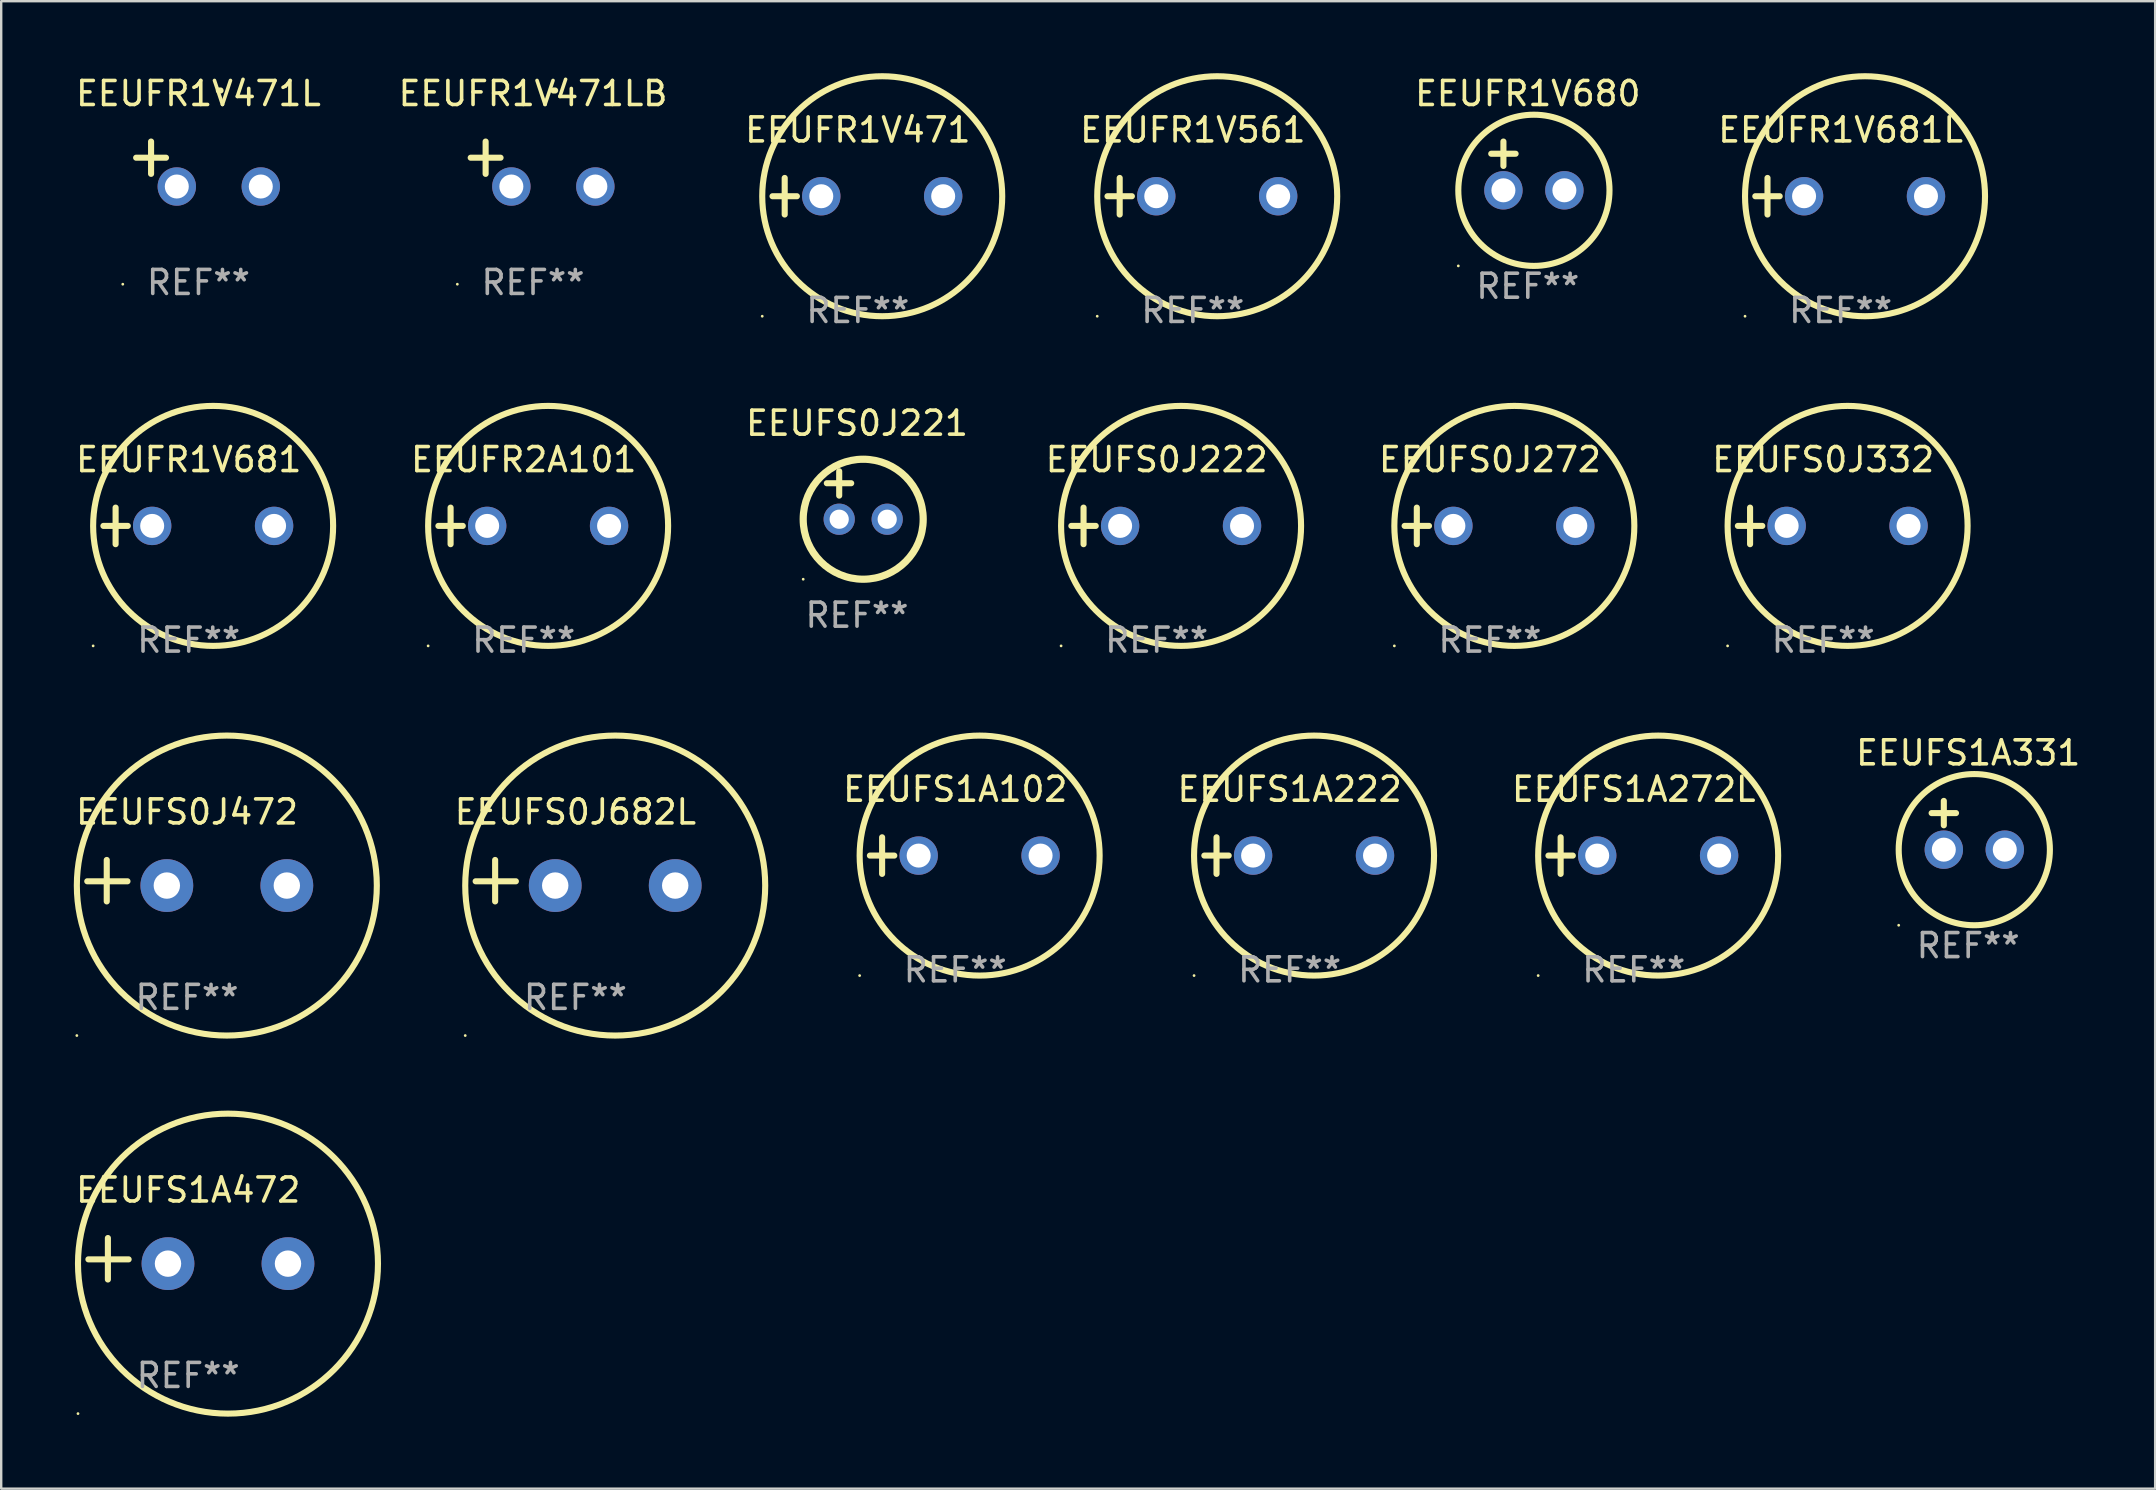
<source format=kicad_pcb>
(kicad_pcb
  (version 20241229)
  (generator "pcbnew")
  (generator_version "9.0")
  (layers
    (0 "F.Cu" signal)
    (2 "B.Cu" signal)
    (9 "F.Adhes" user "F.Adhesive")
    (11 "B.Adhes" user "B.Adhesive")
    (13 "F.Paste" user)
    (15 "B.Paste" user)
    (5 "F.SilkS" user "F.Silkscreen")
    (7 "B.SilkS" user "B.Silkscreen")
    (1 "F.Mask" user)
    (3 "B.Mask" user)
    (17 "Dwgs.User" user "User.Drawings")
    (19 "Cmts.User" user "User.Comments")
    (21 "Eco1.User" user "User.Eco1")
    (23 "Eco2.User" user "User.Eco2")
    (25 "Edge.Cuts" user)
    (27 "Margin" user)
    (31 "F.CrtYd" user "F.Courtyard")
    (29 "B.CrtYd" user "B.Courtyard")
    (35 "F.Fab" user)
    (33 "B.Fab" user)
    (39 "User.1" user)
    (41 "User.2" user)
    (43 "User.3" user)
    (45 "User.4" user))
  (footprint "EEUFS0J682L"
    (layer "F.Cu")
    (at 20.928 33.648)
    (property "Reference" "EEUFS0J682L" (at 0 -2.864 0) (layer "F.SilkS") (effects (font (size 1 1) (thickness 0.15))))
    (attr through_hole)
    (fp_line (start -3.346 0.864) (end -3.346 -0.864) (stroke (width 0.254) (type solid)) (layer "F.SilkS"))
    (fp_line (start -2.482 0.025) (end -4.158 0.025) (stroke (width 0.254) (type solid)) (layer "F.SilkS"))
    (fp_circle (center -4.592 6.453) (end -4.562 6.453) (stroke (width 0.06) (type solid)) (fill no) (layer "F.SilkS"))
    (fp_circle (center 1.658 0.203) (end 7.908 0.203) (stroke (width 0.254) (type solid)) (fill no) (layer "F.SilkS"))
    (fp_text user "REF**" (at 0 4.864 0) (layer "F.Fab") (effects (font (size 1 1) (thickness 0.15))))
    (pad "1" thru_hole circle (at -0.842 0.203) (size 2.2 2.2) (drill 1.1) (layers "*.Cu" "*.Mask"))
    (pad "2" thru_hole circle (at 4.158 0.203) (size 2.2 2.2) (drill 1.1) (layers "*.Cu" "*.Mask")))
  (footprint "EEUFR1V471"
    (layer "F.Cu")
    (at 32.696 5.127)
    (property "Reference" "EEUFR1V471" (at 0 -2.762 0) (layer "F.SilkS") (effects (font (size 1 1) (thickness 0.15))))
    (attr through_hole)
    (fp_line (start -3.556 0) (end -2.54 0) (stroke (width 0.254) (type solid)) (layer "F.SilkS"))
    (fp_line (start -3.048 -0.762) (end -3.048 0.762) (stroke (width 0.254) (type solid)) (layer "F.SilkS"))
    (fp_circle (center -3.984 5) (end -3.954 5) (stroke (width 0.06) (type solid)) (fill no) (layer "F.SilkS"))
    (fp_circle (center 1.016 0) (end 6.016 0) (stroke (width 0.254) (type solid)) (fill no) (layer "F.SilkS"))
    (fp_text user "REF**" (at 0 4.762 0) (layer "F.Fab") (effects (font (size 1 1) (thickness 0.15))))
    (pad "1" thru_hole circle (at -1.524 0) (size 1.6 1.6) (drill 1) (layers "*.Cu" "*.Mask"))
    (pad "2" thru_hole circle (at 3.556 0) (size 1.6 1.6) (drill 1) (layers "*.Cu" "*.Mask")))
  (footprint "EEUFR1V471LB"
    (layer "F.Cu")
    (at 19.161 3.785)
    (property "Reference" "EEUFR1V471LB" (at 0 -2.937 0) (layer "F.SilkS") (effects (font (size 1 1) (thickness 0.15))))
    (attr through_hole)
    (fp_line (start -1.975 0.41) (end -1.975 -0.937) (stroke (width 0.254) (type solid)) (layer "F.SilkS"))
    (fp_line (start -1.353 -0.263) (end -2.597 -0.263) (stroke (width 0.254) (type solid)) (layer "F.SilkS"))
    (fp_arc (start 0.849809 -3.063957) (mid 0.885369 -3.064114) (end 0.920929 -3.063957) (stroke (width 0.254001) (type solid)) (layer "F.SilkS"))
    (fp_circle (center -3.154 5.008) (end -3.124 5.008) (stroke (width 0.06) (type solid)) (fill no) (layer "F.SilkS"))
    (fp_text user "REF**" (at 0 4.937 0) (layer "F.Fab") (effects (font (size 1 1) (thickness 0.15))))
    (pad "1" thru_hole circle (at -0.903 0.937) (size 1.6 1.6) (drill 1) (layers "*.Cu" "*.Mask"))
    (pad "2" thru_hole circle (at 2.597 0.937) (size 1.6 1.6) (drill 1) (layers "*.Cu" "*.Mask")))
  (footprint "EEUFR1V680"
    (layer "F.Cu")
    (at 60.613 3.864)
    (property "Reference" "EEUFR1V680" (at 0 -3.016 0) (layer "F.SilkS") (effects (font (size 1 1) (thickness 0.15))))
    (attr through_hole)
    (fp_line (start -1.524 -0.508) (end -0.508 -0.508) (stroke (width 0.254) (type solid)) (layer "F.SilkS"))
    (fp_line (start -1.016 -1.016) (end -1.016 0) (stroke (width 0.254) (type solid)) (layer "F.SilkS"))
    (fp_circle (center -2.896 4.166) (end -2.866 4.166) (stroke (width 0.06) (type solid)) (fill no) (layer "F.SilkS"))
    (fp_circle (center 0.254 1.016) (end 3.404 1.016) (stroke (width 0.254) (type solid)) (fill no) (layer "F.SilkS"))
    (fp_text user "REF**" (at 0 5.016 0) (layer "F.Fab") (effects (font (size 1 1) (thickness 0.15))))
    (pad "1" thru_hole circle (at -1.016 1.016) (size 1.6 1.6) (drill 1) (layers "*.Cu" "*.Mask"))
    (pad "2" thru_hole circle (at 1.524 1.016) (size 1.6 1.6) (drill 1) (layers "*.Cu" "*.Mask")))
  (footprint "EEUFS1A472"
    (layer "F.Cu")
    (at 4.792 49.402)
    (property "Reference" "EEUFS1A472" (at 0 -2.864 0) (layer "F.SilkS") (effects (font (size 1 1) (thickness 0.15))))
    (attr through_hole)
    (fp_line (start -3.346 0.864) (end -3.346 -0.864) (stroke (width 0.254) (type solid)) (layer "F.SilkS"))
    (fp_line (start -2.482 0.025) (end -4.158 0.025) (stroke (width 0.254) (type solid)) (layer "F.SilkS"))
    (fp_circle (center -4.592 6.453) (end -4.562 6.453) (stroke (width 0.06) (type solid)) (fill no) (layer "F.SilkS"))
    (fp_circle (center 1.658 0.203) (end 7.908 0.203) (stroke (width 0.254) (type solid)) (fill no) (layer "F.SilkS"))
    (fp_text user "REF**" (at 0 4.864 0) (layer "F.Fab") (effects (font (size 1 1) (thickness 0.15))))
    (pad "1" thru_hole circle (at -0.842 0.203) (size 2.2 2.2) (drill 1.1) (layers "*.Cu" "*.Mask"))
    (pad "2" thru_hole circle (at 4.158 0.203) (size 2.2 2.2) (drill 1.1) (layers "*.Cu" "*.Mask")))
  (footprint "EEUFR2A101"
    (layer "F.Cu")
    (at 18.774 18.864)
    (property "Reference" "EEUFR2A101" (at 0 -2.762 0) (layer "F.SilkS") (effects (font (size 1 1) (thickness 0.15))))
    (attr through_hole)
    (fp_line (start -3.556 0) (end -2.54 0) (stroke (width 0.254) (type solid)) (layer "F.SilkS"))
    (fp_line (start -3.048 -0.762) (end -3.048 0.762) (stroke (width 0.254) (type solid)) (layer "F.SilkS"))
    (fp_circle (center -3.984 5) (end -3.954 5) (stroke (width 0.06) (type solid)) (fill no) (layer "F.SilkS"))
    (fp_circle (center 1.016 0) (end 6.016 0) (stroke (width 0.254) (type solid)) (fill no) (layer "F.SilkS"))
    (fp_text user "REF**" (at 0 4.762 0) (layer "F.Fab") (effects (font (size 1 1) (thickness 0.15))))
    (pad "1" thru_hole circle (at -1.524 0) (size 1.6 1.6) (drill 1) (layers "*.Cu" "*.Mask"))
    (pad "2" thru_hole circle (at 3.556 0) (size 1.6 1.6) (drill 1) (layers "*.Cu" "*.Mask")))
  (footprint "EEUFS1A331"
    (layer "F.Cu")
    (at 78.964 31.339)
    (property "Reference" "EEUFS1A331" (at 0 -3.016 0) (layer "F.SilkS") (effects (font (size 1 1) (thickness 0.15))))
    (attr through_hole)
    (fp_line (start -1.524 -0.508) (end -0.508 -0.508) (stroke (width 0.254) (type solid)) (layer "F.SilkS"))
    (fp_line (start -1.016 -1.016) (end -1.016 0) (stroke (width 0.254) (type solid)) (layer "F.SilkS"))
    (fp_circle (center -2.896 4.166) (end -2.866 4.166) (stroke (width 0.06) (type solid)) (fill no) (layer "F.SilkS"))
    (fp_circle (center 0.254 1.016) (end 3.404 1.016) (stroke (width 0.254) (type solid)) (fill no) (layer "F.SilkS"))
    (fp_text user "REF**" (at 0 5.016 0) (layer "F.Fab") (effects (font (size 1 1) (thickness 0.15))))
    (pad "1" thru_hole circle (at -1.016 1.016) (size 1.6 1.6) (drill 1) (layers "*.Cu" "*.Mask"))
    (pad "2" thru_hole circle (at 1.524 1.016) (size 1.6 1.6) (drill 1) (layers "*.Cu" "*.Mask")))
  (footprint "EEUFS1A272L"
    (layer "F.Cu")
    (at 65.029 32.602)
    (property "Reference" "EEUFS1A272L" (at 0 -2.762 0) (layer "F.SilkS") (effects (font (size 1 1) (thickness 0.15))))
    (attr through_hole)
    (fp_line (start -3.556 0) (end -2.54 0) (stroke (width 0.254) (type solid)) (layer "F.SilkS"))
    (fp_line (start -3.048 -0.762) (end -3.048 0.762) (stroke (width 0.254) (type solid)) (layer "F.SilkS"))
    (fp_circle (center -3.984 5) (end -3.954 5) (stroke (width 0.06) (type solid)) (fill no) (layer "F.SilkS"))
    (fp_circle (center 1.016 0) (end 6.016 0) (stroke (width 0.254) (type solid)) (fill no) (layer "F.SilkS"))
    (fp_text user "REF**" (at 0 4.762 0) (layer "F.Fab") (effects (font (size 1 1) (thickness 0.15))))
    (pad "1" thru_hole circle (at -1.524 0) (size 1.6 1.6) (drill 1) (layers "*.Cu" "*.Mask"))
    (pad "2" thru_hole circle (at 3.556 0) (size 1.6 1.6) (drill 1) (layers "*.Cu" "*.Mask")))
  (footprint "EEUFS0J332"
    (layer "F.Cu")
    (at 72.923 18.864)
    (property "Reference" "EEUFS0J332" (at 0 -2.762 0) (layer "F.SilkS") (effects (font (size 1 1) (thickness 0.15))))
    (attr through_hole)
    (fp_line (start -3.556 0) (end -2.54 0) (stroke (width 0.254) (type solid)) (layer "F.SilkS"))
    (fp_line (start -3.048 -0.762) (end -3.048 0.762) (stroke (width 0.254) (type solid)) (layer "F.SilkS"))
    (fp_circle (center -3.984 5) (end -3.954 5) (stroke (width 0.06) (type solid)) (fill no) (layer "F.SilkS"))
    (fp_circle (center 1.016 0) (end 6.016 0) (stroke (width 0.254) (type solid)) (fill no) (layer "F.SilkS"))
    (fp_text user "REF**" (at 0 4.762 0) (layer "F.Fab") (effects (font (size 1 1) (thickness 0.15))))
    (pad "1" thru_hole circle (at -1.524 0) (size 1.6 1.6) (drill 1) (layers "*.Cu" "*.Mask"))
    (pad "2" thru_hole circle (at 3.556 0) (size 1.6 1.6) (drill 1) (layers "*.Cu" "*.Mask")))
  (footprint "EEUFR1V681"
    (layer "F.Cu")
    (at 4.815 18.864)
    (property "Reference" "EEUFR1V681" (at 0 -2.762 0) (layer "F.SilkS") (effects (font (size 1 1) (thickness 0.15))))
    (attr through_hole)
    (fp_line (start -3.556 0) (end -2.54 0) (stroke (width 0.254) (type solid)) (layer "F.SilkS"))
    (fp_line (start -3.048 -0.762) (end -3.048 0.762) (stroke (width 0.254) (type solid)) (layer "F.SilkS"))
    (fp_circle (center -3.984 5) (end -3.954 5) (stroke (width 0.06) (type solid)) (fill no) (layer "F.SilkS"))
    (fp_circle (center 1.016 0) (end 6.016 0) (stroke (width 0.254) (type solid)) (fill no) (layer "F.SilkS"))
    (fp_text user "REF**" (at 0 4.762 0) (layer "F.Fab") (effects (font (size 1 1) (thickness 0.15))))
    (pad "1" thru_hole circle (at -1.524 0) (size 1.6 1.6) (drill 1) (layers "*.Cu" "*.Mask"))
    (pad "2" thru_hole circle (at 3.556 0) (size 1.6 1.6) (drill 1) (layers "*.Cu" "*.Mask")))
  (footprint "EEUFR1V681L"
    (layer "F.Cu")
    (at 73.649 5.127)
    (property "Reference" "EEUFR1V681L" (at 0 -2.762 0) (layer "F.SilkS") (effects (font (size 1 1) (thickness 0.15))))
    (attr through_hole)
    (fp_line (start -3.556 0) (end -2.54 0) (stroke (width 0.254) (type solid)) (layer "F.SilkS"))
    (fp_line (start -3.048 -0.762) (end -3.048 0.762) (stroke (width 0.254) (type solid)) (layer "F.SilkS"))
    (fp_circle (center -3.984 5) (end -3.954 5) (stroke (width 0.06) (type solid)) (fill no) (layer "F.SilkS"))
    (fp_circle (center 1.016 0) (end 6.016 0) (stroke (width 0.254) (type solid)) (fill no) (layer "F.SilkS"))
    (fp_text user "REF**" (at 0 4.762 0) (layer "F.Fab") (effects (font (size 1 1) (thickness 0.15))))
    (pad "1" thru_hole circle (at -1.524 0) (size 1.6 1.6) (drill 1) (layers "*.Cu" "*.Mask"))
    (pad "2" thru_hole circle (at 3.556 0) (size 1.6 1.6) (drill 1) (layers "*.Cu" "*.Mask")))
  (footprint "EEUFS1A222"
    (layer "F.Cu")
    (at 50.69 32.602)
    (property "Reference" "EEUFS1A222" (at 0 -2.762 0) (layer "F.SilkS") (effects (font (size 1 1) (thickness 0.15))))
    (attr through_hole)
    (fp_line (start -3.556 0) (end -2.54 0) (stroke (width 0.254) (type solid)) (layer "F.SilkS"))
    (fp_line (start -3.048 -0.762) (end -3.048 0.762) (stroke (width 0.254) (type solid)) (layer "F.SilkS"))
    (fp_circle (center -3.984 5) (end -3.954 5) (stroke (width 0.06) (type solid)) (fill no) (layer "F.SilkS"))
    (fp_circle (center 1.016 0) (end 6.016 0) (stroke (width 0.254) (type solid)) (fill no) (layer "F.SilkS"))
    (fp_text user "REF**" (at 0 4.762 0) (layer "F.Fab") (effects (font (size 1 1) (thickness 0.15))))
    (pad "1" thru_hole circle (at -1.524 0) (size 1.6 1.6) (drill 1) (layers "*.Cu" "*.Mask"))
    (pad "2" thru_hole circle (at 3.556 0) (size 1.6 1.6) (drill 1) (layers "*.Cu" "*.Mask")))
  (footprint "EEUFS0J222"
    (layer "F.Cu")
    (at 45.149 18.864)
    (property "Reference" "EEUFS0J222" (at 0 -2.762 0) (layer "F.SilkS") (effects (font (size 1 1) (thickness 0.15))))
    (attr through_hole)
    (fp_line (start -3.556 0) (end -2.54 0) (stroke (width 0.254) (type solid)) (layer "F.SilkS"))
    (fp_line (start -3.048 -0.762) (end -3.048 0.762) (stroke (width 0.254) (type solid)) (layer "F.SilkS"))
    (fp_circle (center -3.984 5) (end -3.954 5) (stroke (width 0.06) (type solid)) (fill no) (layer "F.SilkS"))
    (fp_circle (center 1.016 0) (end 6.016 0) (stroke (width 0.254) (type solid)) (fill no) (layer "F.SilkS"))
    (fp_text user "REF**" (at 0 4.762 0) (layer "F.Fab") (effects (font (size 1 1) (thickness 0.15))))
    (pad "1" thru_hole circle (at -1.524 0) (size 1.6 1.6) (drill 1) (layers "*.Cu" "*.Mask"))
    (pad "2" thru_hole circle (at 3.556 0) (size 1.6 1.6) (drill 1) (layers "*.Cu" "*.Mask")))
  (footprint "EEUFS0J472"
    (layer "F.Cu")
    (at 4.744 33.648)
    (property "Reference" "EEUFS0J472" (at 0 -2.864 0) (layer "F.SilkS") (effects (font (size 1 1) (thickness 0.15))))
    (attr through_hole)
    (fp_line (start -3.346 0.864) (end -3.346 -0.864) (stroke (width 0.254) (type solid)) (layer "F.SilkS"))
    (fp_line (start -2.482 0.025) (end -4.158 0.025) (stroke (width 0.254) (type solid)) (layer "F.SilkS"))
    (fp_circle (center -4.592 6.453) (end -4.562 6.453) (stroke (width 0.06) (type solid)) (fill no) (layer "F.SilkS"))
    (fp_circle (center 1.658 0.203) (end 7.908 0.203) (stroke (width 0.254) (type solid)) (fill no) (layer "F.SilkS"))
    (fp_text user "REF**" (at 0 4.864 0) (layer "F.Fab") (effects (font (size 1 1) (thickness 0.15))))
    (pad "1" thru_hole circle (at -0.842 0.203) (size 2.2 2.2) (drill 1.1) (layers "*.Cu" "*.Mask"))
    (pad "2" thru_hole circle (at 4.158 0.203) (size 2.2 2.2) (drill 1.1) (layers "*.Cu" "*.Mask")))
  (footprint "EEUFR1V471L"
    (layer "F.Cu")
    (at 5.22 3.785)
    (property "Reference" "EEUFR1V471L" (at 0 -2.937 0) (layer "F.SilkS") (effects (font (size 1 1) (thickness 0.15))))
    (attr through_hole)
    (fp_line (start -1.975 0.41) (end -1.975 -0.937) (stroke (width 0.254) (type solid)) (layer "F.SilkS"))
    (fp_line (start -1.353 -0.263) (end -2.597 -0.263) (stroke (width 0.254) (type solid)) (layer "F.SilkS"))
    (fp_arc (start 0.849809 -3.063957) (mid 0.885369 -3.064114) (end 0.920929 -3.063957) (stroke (width 0.254001) (type solid)) (layer "F.SilkS"))
    (fp_circle (center -3.154 5.008) (end -3.124 5.008) (stroke (width 0.06) (type solid)) (fill no) (layer "F.SilkS"))
    (fp_text user "REF**" (at 0 4.937 0) (layer "F.Fab") (effects (font (size 1 1) (thickness 0.15))))
    (pad "1" thru_hole circle (at -0.903 0.937) (size 1.6 1.6) (drill 1) (layers "*.Cu" "*.Mask"))
    (pad "2" thru_hole circle (at 2.597 0.937) (size 1.6 1.6) (drill 1) (layers "*.Cu" "*.Mask")))
  (footprint "EEUFS0J221"
    (layer "F.Cu")
    (at 32.661 17.586)
    (property "Reference" "EEUFS0J221" (at 0 -3 0) (layer "F.SilkS") (effects (font (size 1 1) (thickness 0.15))))
    (attr through_hole)
    (fp_line (start -1.258 -0.5) (end -0.242 -0.5) (stroke (width 0.254) (type solid)) (layer "F.SilkS"))
    (fp_line (start -0.742 -1) (end -0.742 0.016) (stroke (width 0.254) (type solid)) (layer "F.SilkS"))
    (fp_circle (center -2.242 3.5) (end -2.212 3.5) (stroke (width 0.06) (type solid)) (fill no) (layer "F.SilkS"))
    (fp_circle (center 0.258 1) (end 2.758 1) (stroke (width 0.3) (type solid)) (fill no) (layer "F.SilkS"))
    (fp_text user "REF**" (at 0 5 0) (layer "F.Fab") (effects (font (size 1 1) (thickness 0.15))))
    (pad "1" thru_hole circle (at -0.742 1) (size 1.3 1.3) (drill 0.8) (layers "*.Cu" "*.Mask"))
    (pad "2" thru_hole circle (at 1.258 1) (size 1.3 1.3) (drill 0.8) (layers "*.Cu" "*.Mask")))
  (footprint "EEUFS0J272"
    (layer "F.Cu")
    (at 59.036 18.864)
    (property "Reference" "EEUFS0J272" (at 0 -2.762 0) (layer "F.SilkS") (effects (font (size 1 1) (thickness 0.15))))
    (attr through_hole)
    (fp_line (start -3.556 0) (end -2.54 0) (stroke (width 0.254) (type solid)) (layer "F.SilkS"))
    (fp_line (start -3.048 -0.762) (end -3.048 0.762) (stroke (width 0.254) (type solid)) (layer "F.SilkS"))
    (fp_circle (center -3.984 5) (end -3.954 5) (stroke (width 0.06) (type solid)) (fill no) (layer "F.SilkS"))
    (fp_circle (center 1.016 0) (end 6.016 0) (stroke (width 0.254) (type solid)) (fill no) (layer "F.SilkS"))
    (fp_text user "REF**" (at 0 4.762 0) (layer "F.Fab") (effects (font (size 1 1) (thickness 0.15))))
    (pad "1" thru_hole circle (at -1.524 0) (size 1.6 1.6) (drill 1) (layers "*.Cu" "*.Mask"))
    (pad "2" thru_hole circle (at 3.556 0) (size 1.6 1.6) (drill 1) (layers "*.Cu" "*.Mask")))
  (footprint "EEUFR1V561"
    (layer "F.Cu")
    (at 46.655 5.127)
    (property "Reference" "EEUFR1V561" (at 0 -2.762 0) (layer "F.SilkS") (effects (font (size 1 1) (thickness 0.15))))
    (attr through_hole)
    (fp_line (start -3.556 0) (end -2.54 0) (stroke (width 0.254) (type solid)) (layer "F.SilkS"))
    (fp_line (start -3.048 -0.762) (end -3.048 0.762) (stroke (width 0.254) (type solid)) (layer "F.SilkS"))
    (fp_circle (center -3.984 5) (end -3.954 5) (stroke (width 0.06) (type solid)) (fill no) (layer "F.SilkS"))
    (fp_circle (center 1.016 0) (end 6.016 0) (stroke (width 0.254) (type solid)) (fill no) (layer "F.SilkS"))
    (fp_text user "REF**" (at 0 4.762 0) (layer "F.Fab") (effects (font (size 1 1) (thickness 0.15))))
    (pad "1" thru_hole circle (at -1.524 0) (size 1.6 1.6) (drill 1) (layers "*.Cu" "*.Mask"))
    (pad "2" thru_hole circle (at 3.556 0) (size 1.6 1.6) (drill 1) (layers "*.Cu" "*.Mask")))
  (footprint "EEUFS1A102"
    (layer "F.Cu")
    (at 36.755 32.602)
    (property "Reference" "EEUFS1A102" (at 0 -2.762 0) (layer "F.SilkS") (effects (font (size 1 1) (thickness 0.15))))
    (attr through_hole)
    (fp_line (start -3.556 0) (end -2.54 0) (stroke (width 0.254) (type solid)) (layer "F.SilkS"))
    (fp_line (start -3.048 -0.762) (end -3.048 0.762) (stroke (width 0.254) (type solid)) (layer "F.SilkS"))
    (fp_circle (center -3.984 5) (end -3.954 5) (stroke (width 0.06) (type solid)) (fill no) (layer "F.SilkS"))
    (fp_circle (center 1.016 0) (end 6.016 0) (stroke (width 0.254) (type solid)) (fill no) (layer "F.SilkS"))
    (fp_text user "REF**" (at 0 4.762 0) (layer "F.Fab") (effects (font (size 1 1) (thickness 0.15))))
    (pad "1" thru_hole circle (at -1.524 0) (size 1.6 1.6) (drill 1) (layers "*.Cu" "*.Mask"))
    (pad "2" thru_hole circle (at 3.556 0) (size 1.6 1.6) (drill 1) (layers "*.Cu" "*.Mask")))
  (gr_rect
    (start -3 -3)
    (end 86.755 58.982)
    (stroke (width 0.1) (type default))
    (fill no)
    (layer "Edge.Cuts")))
</source>
